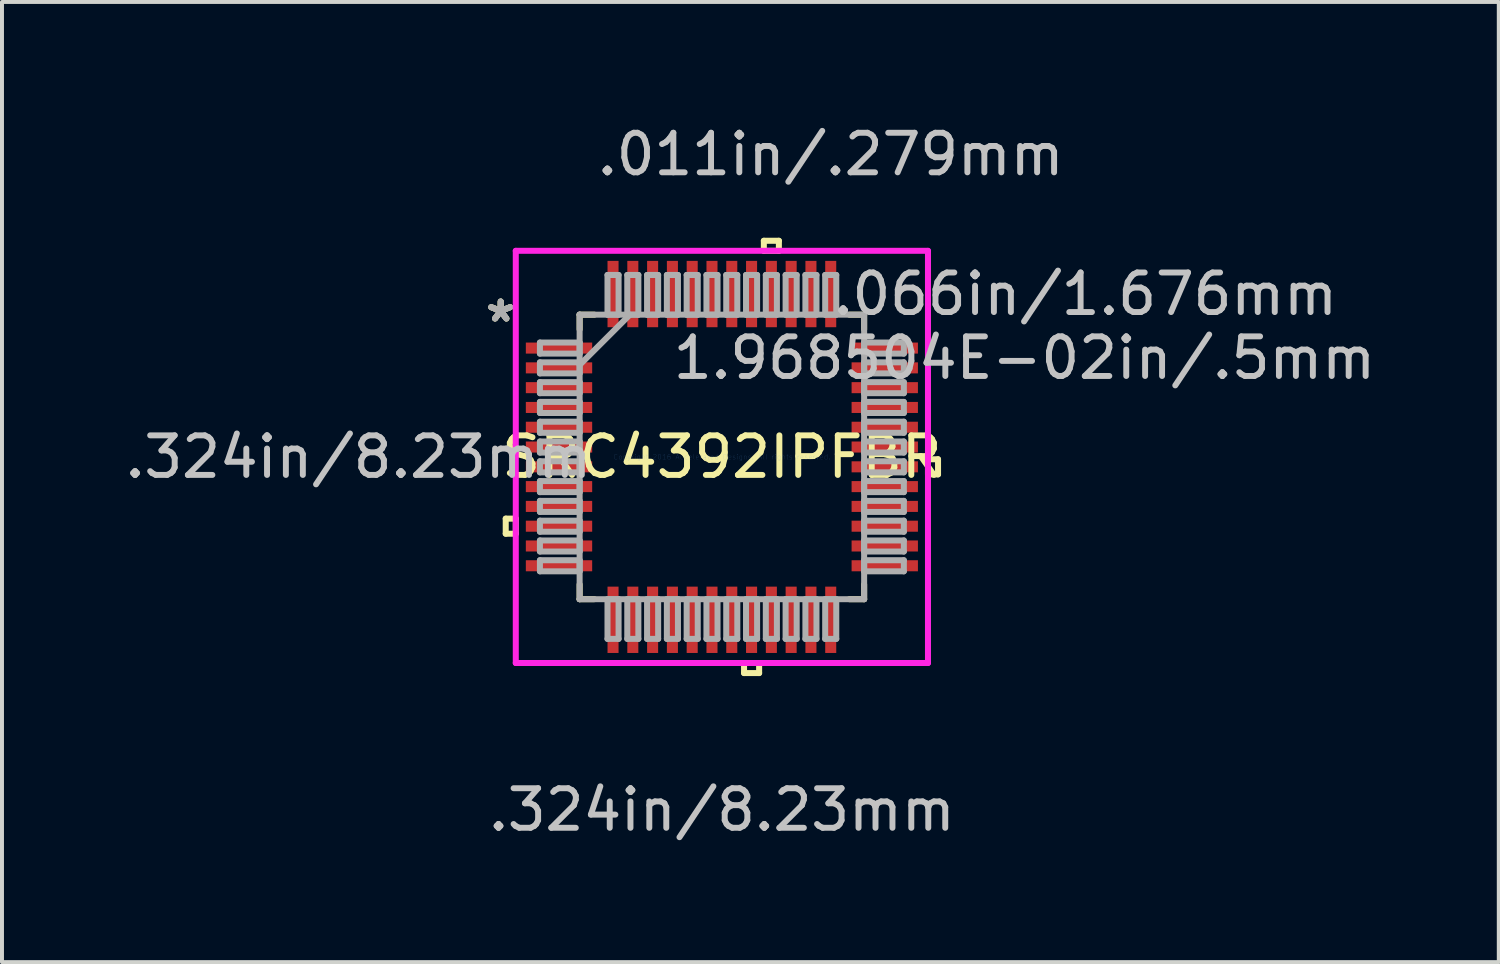
<source format=kicad_pcb>
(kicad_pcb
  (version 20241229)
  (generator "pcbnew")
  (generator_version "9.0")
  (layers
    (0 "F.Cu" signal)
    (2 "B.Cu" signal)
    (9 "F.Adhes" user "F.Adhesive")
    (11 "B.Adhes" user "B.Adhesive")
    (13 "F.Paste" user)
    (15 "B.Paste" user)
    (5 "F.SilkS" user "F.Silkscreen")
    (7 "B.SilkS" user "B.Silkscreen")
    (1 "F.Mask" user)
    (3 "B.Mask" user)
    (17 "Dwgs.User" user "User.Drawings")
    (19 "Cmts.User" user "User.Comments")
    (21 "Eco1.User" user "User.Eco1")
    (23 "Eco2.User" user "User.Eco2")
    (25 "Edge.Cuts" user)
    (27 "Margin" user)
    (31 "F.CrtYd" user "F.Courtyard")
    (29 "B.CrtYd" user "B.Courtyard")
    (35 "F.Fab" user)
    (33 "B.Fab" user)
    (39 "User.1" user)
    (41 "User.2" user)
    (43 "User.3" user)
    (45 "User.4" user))
  (footprint "SRC4392IPFBR"
    (layer "F.Cu")
    (at 15.188 8.494)
    (property "Reference" "SRC4392IPFBR" (at 0 0 0) (layer "F.SilkS") (effects (font (size 1 1) (thickness 0.15))))
    (attr through_hole)
    (fp_line (start -5.461 1.559) (end -5.461 1.94) (stroke (width 0.152) (type solid)) (layer "F.SilkS"))
    (fp_line (start -5.461 1.94) (end -5.207 1.94) (stroke (width 0.152) (type solid)) (layer "F.SilkS"))
    (fp_line (start -5.207 1.559) (end -5.461 1.559) (stroke (width 0.152) (type solid)) (layer "F.SilkS"))
    (fp_line (start -5.207 1.94) (end -5.207 1.559) (stroke (width 0.152) (type solid)) (layer "F.SilkS"))
    (fp_line (start -3.594 -3.594) (end -3.594 -3.222) (stroke (width 0.152) (type solid)) (layer "F.SilkS"))
    (fp_line (start -3.594 3.222) (end -3.594 3.594) (stroke (width 0.152) (type solid)) (layer "F.SilkS"))
    (fp_line (start -3.594 3.594) (end -3.222 3.594) (stroke (width 0.152) (type solid)) (layer "F.SilkS"))
    (fp_line (start -3.222 -3.594) (end -3.594 -3.594) (stroke (width 0.152) (type solid)) (layer "F.SilkS"))
    (fp_line (start 0.56 5.207) (end 0.56 5.461) (stroke (width 0.152) (type solid)) (layer "F.SilkS"))
    (fp_line (start 0.56 5.461) (end 0.941 5.461) (stroke (width 0.152) (type solid)) (layer "F.SilkS"))
    (fp_line (start 0.941 5.207) (end 0.56 5.207) (stroke (width 0.152) (type solid)) (layer "F.SilkS"))
    (fp_line (start 0.941 5.461) (end 0.941 5.207) (stroke (width 0.152) (type solid)) (layer "F.SilkS"))
    (fp_line (start 1.06 -5.461) (end 1.44 -5.461) (stroke (width 0.152) (type solid)) (layer "F.SilkS"))
    (fp_line (start 1.06 -5.207) (end 1.06 -5.461) (stroke (width 0.152) (type solid)) (layer "F.SilkS"))
    (fp_line (start 1.44 -5.461) (end 1.44 -5.207) (stroke (width 0.152) (type solid)) (layer "F.SilkS"))
    (fp_line (start 1.44 -5.207) (end 1.06 -5.207) (stroke (width 0.152) (type solid)) (layer "F.SilkS"))
    (fp_line (start 3.222 3.594) (end 3.594 3.594) (stroke (width 0.152) (type solid)) (layer "F.SilkS"))
    (fp_line (start 3.594 -3.594) (end 3.222 -3.594) (stroke (width 0.152) (type solid)) (layer "F.SilkS"))
    (fp_line (start 3.594 -3.222) (end 3.594 -3.594) (stroke (width 0.152) (type solid)) (layer "F.SilkS"))
    (fp_line (start 3.594 3.594) (end 3.594 3.222) (stroke (width 0.152) (type solid)) (layer "F.SilkS"))
    (fp_line (start 5.207 0.059) (end 5.461 0.059) (stroke (width 0.152) (type solid)) (layer "F.SilkS"))
    (fp_line (start 5.207 0.441) (end 5.207 0.059) (stroke (width 0.152) (type solid)) (layer "F.SilkS"))
    (fp_line (start 5.461 0.059) (end 5.461 0.441) (stroke (width 0.152) (type solid)) (layer "F.SilkS"))
    (fp_line (start 5.461 0.441) (end 5.207 0.441) (stroke (width 0.152) (type solid)) (layer "F.SilkS"))
    (fp_line (start -5.207 -5.207) (end 5.207 -5.207) (stroke (width 0.152) (type solid)) (layer "F.CrtYd"))
    (fp_line (start -5.207 5.207) (end -5.207 -5.207) (stroke (width 0.152) (type solid)) (layer "F.CrtYd"))
    (fp_line (start 5.207 -5.207) (end 5.207 5.207) (stroke (width 0.152) (type solid)) (layer "F.CrtYd"))
    (fp_line (start 5.207 5.207) (end -5.207 5.207) (stroke (width 0.152) (type solid)) (layer "F.CrtYd"))
    (fp_line (start -4.597 -2.89) (end -4.597 -2.61) (stroke (width 0.152) (type solid)) (layer "F.Fab"))
    (fp_line (start -4.597 -2.61) (end -3.594 -2.61) (stroke (width 0.152) (type solid)) (layer "F.Fab"))
    (fp_line (start -4.597 -2.39) (end -4.597 -2.11) (stroke (width 0.152) (type solid)) (layer "F.Fab"))
    (fp_line (start -4.597 -2.11) (end -3.594 -2.11) (stroke (width 0.152) (type solid)) (layer "F.Fab"))
    (fp_line (start -4.597 -1.89) (end -4.597 -1.61) (stroke (width 0.152) (type solid)) (layer "F.Fab"))
    (fp_line (start -4.597 -1.61) (end -3.594 -1.61) (stroke (width 0.152) (type solid)) (layer "F.Fab"))
    (fp_line (start -4.597 -1.39) (end -4.597 -1.11) (stroke (width 0.152) (type solid)) (layer "F.Fab"))
    (fp_line (start -4.597 -1.11) (end -3.594 -1.11) (stroke (width 0.152) (type solid)) (layer "F.Fab"))
    (fp_line (start -4.597 -0.89) (end -4.597 -0.61) (stroke (width 0.152) (type solid)) (layer "F.Fab"))
    (fp_line (start -4.597 -0.61) (end -3.594 -0.61) (stroke (width 0.152) (type solid)) (layer "F.Fab"))
    (fp_line (start -4.597 -0.39) (end -4.597 -0.11) (stroke (width 0.152) (type solid)) (layer "F.Fab"))
    (fp_line (start -4.597 -0.11) (end -3.594 -0.11) (stroke (width 0.152) (type solid)) (layer "F.Fab"))
    (fp_line (start -4.597 0.11) (end -4.597 0.39) (stroke (width 0.152) (type solid)) (layer "F.Fab"))
    (fp_line (start -4.597 0.39) (end -3.594 0.39) (stroke (width 0.152) (type solid)) (layer "F.Fab"))
    (fp_line (start -4.597 0.61) (end -4.597 0.89) (stroke (width 0.152) (type solid)) (layer "F.Fab"))
    (fp_line (start -4.597 0.89) (end -3.594 0.89) (stroke (width 0.152) (type solid)) (layer "F.Fab"))
    (fp_line (start -4.597 1.11) (end -4.597 1.39) (stroke (width 0.152) (type solid)) (layer "F.Fab"))
    (fp_line (start -4.597 1.39) (end -3.594 1.39) (stroke (width 0.152) (type solid)) (layer "F.Fab"))
    (fp_line (start -4.597 1.61) (end -4.597 1.89) (stroke (width 0.152) (type solid)) (layer "F.Fab"))
    (fp_line (start -4.597 1.89) (end -3.594 1.89) (stroke (width 0.152) (type solid)) (layer "F.Fab"))
    (fp_line (start -4.597 2.11) (end -4.597 2.39) (stroke (width 0.152) (type solid)) (layer "F.Fab"))
    (fp_line (start -4.597 2.39) (end -3.594 2.39) (stroke (width 0.152) (type solid)) (layer "F.Fab"))
    (fp_line (start -4.597 2.61) (end -4.597 2.89) (stroke (width 0.152) (type solid)) (layer "F.Fab"))
    (fp_line (start -4.597 2.89) (end -3.594 2.89) (stroke (width 0.152) (type solid)) (layer "F.Fab"))
    (fp_line (start -3.594 -3.594) (end -3.594 -3.594) (stroke (width 0.152) (type solid)) (layer "F.Fab"))
    (fp_line (start -3.594 -3.594) (end -3.594 3.594) (stroke (width 0.152) (type solid)) (layer "F.Fab"))
    (fp_line (start -3.594 -2.89) (end -4.597 -2.89) (stroke (width 0.152) (type solid)) (layer "F.Fab"))
    (fp_line (start -3.594 -2.61) (end -3.594 -2.89) (stroke (width 0.152) (type solid)) (layer "F.Fab"))
    (fp_line (start -3.594 -2.39) (end -4.597 -2.39) (stroke (width 0.152) (type solid)) (layer "F.Fab"))
    (fp_line (start -3.594 -2.324) (end -2.324 -3.594) (stroke (width 0.152) (type solid)) (layer "F.Fab"))
    (fp_line (start -3.594 -2.11) (end -3.594 -2.39) (stroke (width 0.152) (type solid)) (layer "F.Fab"))
    (fp_line (start -3.594 -1.89) (end -4.597 -1.89) (stroke (width 0.152) (type solid)) (layer "F.Fab"))
    (fp_line (start -3.594 -1.61) (end -3.594 -1.89) (stroke (width 0.152) (type solid)) (layer "F.Fab"))
    (fp_line (start -3.594 -1.39) (end -4.597 -1.39) (stroke (width 0.152) (type solid)) (layer "F.Fab"))
    (fp_line (start -3.594 -1.11) (end -3.594 -1.39) (stroke (width 0.152) (type solid)) (layer "F.Fab"))
    (fp_line (start -3.594 -0.89) (end -4.597 -0.89) (stroke (width 0.152) (type solid)) (layer "F.Fab"))
    (fp_line (start -3.594 -0.61) (end -3.594 -0.89) (stroke (width 0.152) (type solid)) (layer "F.Fab"))
    (fp_line (start -3.594 -0.39) (end -4.597 -0.39) (stroke (width 0.152) (type solid)) (layer "F.Fab"))
    (fp_line (start -3.594 -0.11) (end -3.594 -0.39) (stroke (width 0.152) (type solid)) (layer "F.Fab"))
    (fp_line (start -3.594 0.11) (end -4.597 0.11) (stroke (width 0.152) (type solid)) (layer "F.Fab"))
    (fp_line (start -3.594 0.39) (end -3.594 0.11) (stroke (width 0.152) (type solid)) (layer "F.Fab"))
    (fp_line (start -3.594 0.61) (end -4.597 0.61) (stroke (width 0.152) (type solid)) (layer "F.Fab"))
    (fp_line (start -3.594 0.89) (end -3.594 0.61) (stroke (width 0.152) (type solid)) (layer "F.Fab"))
    (fp_line (start -3.594 1.11) (end -4.597 1.11) (stroke (width 0.152) (type solid)) (layer "F.Fab"))
    (fp_line (start -3.594 1.39) (end -3.594 1.11) (stroke (width 0.152) (type solid)) (layer "F.Fab"))
    (fp_line (start -3.594 1.61) (end -4.597 1.61) (stroke (width 0.152) (type solid)) (layer "F.Fab"))
    (fp_line (start -3.594 1.89) (end -3.594 1.61) (stroke (width 0.152) (type solid)) (layer "F.Fab"))
    (fp_line (start -3.594 2.11) (end -4.597 2.11) (stroke (width 0.152) (type solid)) (layer "F.Fab"))
    (fp_line (start -3.594 2.39) (end -3.594 2.11) (stroke (width 0.152) (type solid)) (layer "F.Fab"))
    (fp_line (start -3.594 2.61) (end -4.597 2.61) (stroke (width 0.152) (type solid)) (layer "F.Fab"))
    (fp_line (start -3.594 2.89) (end -3.594 2.61) (stroke (width 0.152) (type solid)) (layer "F.Fab"))
    (fp_line (start -3.594 3.594) (end -3.594 3.594) (stroke (width 0.152) (type solid)) (layer "F.Fab"))
    (fp_line (start -3.594 3.594) (end 3.594 3.594) (stroke (width 0.152) (type solid)) (layer "F.Fab"))
    (fp_line (start -2.89 -4.597) (end -2.89 -3.594) (stroke (width 0.152) (type solid)) (layer "F.Fab"))
    (fp_line (start -2.89 -3.594) (end -2.61 -3.594) (stroke (width 0.152) (type solid)) (layer "F.Fab"))
    (fp_line (start -2.89 3.594) (end -2.89 4.597) (stroke (width 0.152) (type solid)) (layer "F.Fab"))
    (fp_line (start -2.89 4.597) (end -2.61 4.597) (stroke (width 0.152) (type solid)) (layer "F.Fab"))
    (fp_line (start -2.61 -4.597) (end -2.89 -4.597) (stroke (width 0.152) (type solid)) (layer "F.Fab"))
    (fp_line (start -2.61 -3.594) (end -2.61 -4.597) (stroke (width 0.152) (type solid)) (layer "F.Fab"))
    (fp_line (start -2.61 3.594) (end -2.89 3.594) (stroke (width 0.152) (type solid)) (layer "F.Fab"))
    (fp_line (start -2.61 4.597) (end -2.61 3.594) (stroke (width 0.152) (type solid)) (layer "F.Fab"))
    (fp_line (start -2.39 -4.597) (end -2.39 -3.594) (stroke (width 0.152) (type solid)) (layer "F.Fab"))
    (fp_line (start -2.39 -3.594) (end -2.11 -3.594) (stroke (width 0.152) (type solid)) (layer "F.Fab"))
    (fp_line (start -2.39 3.594) (end -2.39 4.597) (stroke (width 0.152) (type solid)) (layer "F.Fab"))
    (fp_line (start -2.39 4.597) (end -2.11 4.597) (stroke (width 0.152) (type solid)) (layer "F.Fab"))
    (fp_line (start -2.11 -4.597) (end -2.39 -4.597) (stroke (width 0.152) (type solid)) (layer "F.Fab"))
    (fp_line (start -2.11 -3.594) (end -2.11 -4.597) (stroke (width 0.152) (type solid)) (layer "F.Fab"))
    (fp_line (start -2.11 3.594) (end -2.39 3.594) (stroke (width 0.152) (type solid)) (layer "F.Fab"))
    (fp_line (start -2.11 4.597) (end -2.11 3.594) (stroke (width 0.152) (type solid)) (layer "F.Fab"))
    (fp_line (start -1.89 -4.597) (end -1.89 -3.594) (stroke (width 0.152) (type solid)) (layer "F.Fab"))
    (fp_line (start -1.89 -3.594) (end -1.61 -3.594) (stroke (width 0.152) (type solid)) (layer "F.Fab"))
    (fp_line (start -1.89 3.594) (end -1.89 4.597) (stroke (width 0.152) (type solid)) (layer "F.Fab"))
    (fp_line (start -1.89 4.597) (end -1.61 4.597) (stroke (width 0.152) (type solid)) (layer "F.Fab"))
    (fp_line (start -1.61 -4.597) (end -1.89 -4.597) (stroke (width 0.152) (type solid)) (layer "F.Fab"))
    (fp_line (start -1.61 -3.594) (end -1.61 -4.597) (stroke (width 0.152) (type solid)) (layer "F.Fab"))
    (fp_line (start -1.61 3.594) (end -1.89 3.594) (stroke (width 0.152) (type solid)) (layer "F.Fab"))
    (fp_line (start -1.61 4.597) (end -1.61 3.594) (stroke (width 0.152) (type solid)) (layer "F.Fab"))
    (fp_line (start -1.39 -4.597) (end -1.39 -3.594) (stroke (width 0.152) (type solid)) (layer "F.Fab"))
    (fp_line (start -1.39 -3.594) (end -1.11 -3.594) (stroke (width 0.152) (type solid)) (layer "F.Fab"))
    (fp_line (start -1.39 3.594) (end -1.39 4.597) (stroke (width 0.152) (type solid)) (layer "F.Fab"))
    (fp_line (start -1.39 4.597) (end -1.11 4.597) (stroke (width 0.152) (type solid)) (layer "F.Fab"))
    (fp_line (start -1.11 -4.597) (end -1.39 -4.597) (stroke (width 0.152) (type solid)) (layer "F.Fab"))
    (fp_line (start -1.11 -3.594) (end -1.11 -4.597) (stroke (width 0.152) (type solid)) (layer "F.Fab"))
    (fp_line (start -1.11 3.594) (end -1.39 3.594) (stroke (width 0.152) (type solid)) (layer "F.Fab"))
    (fp_line (start -1.11 4.597) (end -1.11 3.594) (stroke (width 0.152) (type solid)) (layer "F.Fab"))
    (fp_line (start -0.89 -4.597) (end -0.89 -3.594) (stroke (width 0.152) (type solid)) (layer "F.Fab"))
    (fp_line (start -0.89 -3.594) (end -0.61 -3.594) (stroke (width 0.152) (type solid)) (layer "F.Fab"))
    (fp_line (start -0.89 3.594) (end -0.89 4.597) (stroke (width 0.152) (type solid)) (layer "F.Fab"))
    (fp_line (start -0.89 4.597) (end -0.61 4.597) (stroke (width 0.152) (type solid)) (layer "F.Fab"))
    (fp_line (start -0.61 -4.597) (end -0.89 -4.597) (stroke (width 0.152) (type solid)) (layer "F.Fab"))
    (fp_line (start -0.61 -3.594) (end -0.61 -4.597) (stroke (width 0.152) (type solid)) (layer "F.Fab"))
    (fp_line (start -0.61 3.594) (end -0.89 3.594) (stroke (width 0.152) (type solid)) (layer "F.Fab"))
    (fp_line (start -0.61 4.597) (end -0.61 3.594) (stroke (width 0.152) (type solid)) (layer "F.Fab"))
    (fp_line (start -0.39 -4.597) (end -0.39 -3.594) (stroke (width 0.152) (type solid)) (layer "F.Fab"))
    (fp_line (start -0.39 -3.594) (end -0.11 -3.594) (stroke (width 0.152) (type solid)) (layer "F.Fab"))
    (fp_line (start -0.39 3.594) (end -0.39 4.597) (stroke (width 0.152) (type solid)) (layer "F.Fab"))
    (fp_line (start -0.39 4.597) (end -0.11 4.597) (stroke (width 0.152) (type solid)) (layer "F.Fab"))
    (fp_line (start -0.11 -4.597) (end -0.39 -4.597) (stroke (width 0.152) (type solid)) (layer "F.Fab"))
    (fp_line (start -0.11 -3.594) (end -0.11 -4.597) (stroke (width 0.152) (type solid)) (layer "F.Fab"))
    (fp_line (start -0.11 3.594) (end -0.39 3.594) (stroke (width 0.152) (type solid)) (layer "F.Fab"))
    (fp_line (start -0.11 4.597) (end -0.11 3.594) (stroke (width 0.152) (type solid)) (layer "F.Fab"))
    (fp_line (start 0.11 -4.597) (end 0.11 -3.594) (stroke (width 0.152) (type solid)) (layer "F.Fab"))
    (fp_line (start 0.11 -3.594) (end 0.39 -3.594) (stroke (width 0.152) (type solid)) (layer "F.Fab"))
    (fp_line (start 0.11 3.594) (end 0.11 4.597) (stroke (width 0.152) (type solid)) (layer "F.Fab"))
    (fp_line (start 0.11 4.597) (end 0.39 4.597) (stroke (width 0.152) (type solid)) (layer "F.Fab"))
    (fp_line (start 0.39 -4.597) (end 0.11 -4.597) (stroke (width 0.152) (type solid)) (layer "F.Fab"))
    (fp_line (start 0.39 -3.594) (end 0.39 -4.597) (stroke (width 0.152) (type solid)) (layer "F.Fab"))
    (fp_line (start 0.39 3.594) (end 0.11 3.594) (stroke (width 0.152) (type solid)) (layer "F.Fab"))
    (fp_line (start 0.39 4.597) (end 0.39 3.594) (stroke (width 0.152) (type solid)) (layer "F.Fab"))
    (fp_line (start 0.61 -4.597) (end 0.61 -3.594) (stroke (width 0.152) (type solid)) (layer "F.Fab"))
    (fp_line (start 0.61 -3.594) (end 0.89 -3.594) (stroke (width 0.152) (type solid)) (layer "F.Fab"))
    (fp_line (start 0.61 3.594) (end 0.61 4.597) (stroke (width 0.152) (type solid)) (layer "F.Fab"))
    (fp_line (start 0.61 4.597) (end 0.89 4.597) (stroke (width 0.152) (type solid)) (layer "F.Fab"))
    (fp_line (start 0.89 -4.597) (end 0.61 -4.597) (stroke (width 0.152) (type solid)) (layer "F.Fab"))
    (fp_line (start 0.89 -3.594) (end 0.89 -4.597) (stroke (width 0.152) (type solid)) (layer "F.Fab"))
    (fp_line (start 0.89 3.594) (end 0.61 3.594) (stroke (width 0.152) (type solid)) (layer "F.Fab"))
    (fp_line (start 0.89 4.597) (end 0.89 3.594) (stroke (width 0.152) (type solid)) (layer "F.Fab"))
    (fp_line (start 1.11 -4.597) (end 1.11 -3.594) (stroke (width 0.152) (type solid)) (layer "F.Fab"))
    (fp_line (start 1.11 -3.594) (end 1.39 -3.594) (stroke (width 0.152) (type solid)) (layer "F.Fab"))
    (fp_line (start 1.11 3.594) (end 1.11 4.597) (stroke (width 0.152) (type solid)) (layer "F.Fab"))
    (fp_line (start 1.11 4.597) (end 1.39 4.597) (stroke (width 0.152) (type solid)) (layer "F.Fab"))
    (fp_line (start 1.39 -4.597) (end 1.11 -4.597) (stroke (width 0.152) (type solid)) (layer "F.Fab"))
    (fp_line (start 1.39 -3.594) (end 1.39 -4.597) (stroke (width 0.152) (type solid)) (layer "F.Fab"))
    (fp_line (start 1.39 3.594) (end 1.11 3.594) (stroke (width 0.152) (type solid)) (layer "F.Fab"))
    (fp_line (start 1.39 4.597) (end 1.39 3.594) (stroke (width 0.152) (type solid)) (layer "F.Fab"))
    (fp_line (start 1.61 -4.597) (end 1.61 -3.594) (stroke (width 0.152) (type solid)) (layer "F.Fab"))
    (fp_line (start 1.61 -3.594) (end 1.89 -3.594) (stroke (width 0.152) (type solid)) (layer "F.Fab"))
    (fp_line (start 1.61 3.594) (end 1.61 4.597) (stroke (width 0.152) (type solid)) (layer "F.Fab"))
    (fp_line (start 1.61 4.597) (end 1.89 4.597) (stroke (width 0.152) (type solid)) (layer "F.Fab"))
    (fp_line (start 1.89 -4.597) (end 1.61 -4.597) (stroke (width 0.152) (type solid)) (layer "F.Fab"))
    (fp_line (start 1.89 -3.594) (end 1.89 -4.597) (stroke (width 0.152) (type solid)) (layer "F.Fab"))
    (fp_line (start 1.89 3.594) (end 1.61 3.594) (stroke (width 0.152) (type solid)) (layer "F.Fab"))
    (fp_line (start 1.89 4.597) (end 1.89 3.594) (stroke (width 0.152) (type solid)) (layer "F.Fab"))
    (fp_line (start 2.11 -4.597) (end 2.11 -3.594) (stroke (width 0.152) (type solid)) (layer "F.Fab"))
    (fp_line (start 2.11 -3.594) (end 2.39 -3.594) (stroke (width 0.152) (type solid)) (layer "F.Fab"))
    (fp_line (start 2.11 3.594) (end 2.11 4.597) (stroke (width 0.152) (type solid)) (layer "F.Fab"))
    (fp_line (start 2.11 4.597) (end 2.39 4.597) (stroke (width 0.152) (type solid)) (layer "F.Fab"))
    (fp_line (start 2.39 -4.597) (end 2.11 -4.597) (stroke (width 0.152) (type solid)) (layer "F.Fab"))
    (fp_line (start 2.39 -3.594) (end 2.39 -4.597) (stroke (width 0.152) (type solid)) (layer "F.Fab"))
    (fp_line (start 2.39 3.594) (end 2.11 3.594) (stroke (width 0.152) (type solid)) (layer "F.Fab"))
    (fp_line (start 2.39 4.597) (end 2.39 3.594) (stroke (width 0.152) (type solid)) (layer "F.Fab"))
    (fp_line (start 2.61 -4.597) (end 2.61 -3.594) (stroke (width 0.152) (type solid)) (layer "F.Fab"))
    (fp_line (start 2.61 -3.594) (end 2.89 -3.594) (stroke (width 0.152) (type solid)) (layer "F.Fab"))
    (fp_line (start 2.61 3.594) (end 2.61 4.597) (stroke (width 0.152) (type solid)) (layer "F.Fab"))
    (fp_line (start 2.61 4.597) (end 2.89 4.597) (stroke (width 0.152) (type solid)) (layer "F.Fab"))
    (fp_line (start 2.89 -4.597) (end 2.61 -4.597) (stroke (width 0.152) (type solid)) (layer "F.Fab"))
    (fp_line (start 2.89 -3.594) (end 2.89 -4.597) (stroke (width 0.152) (type solid)) (layer "F.Fab"))
    (fp_line (start 2.89 3.594) (end 2.61 3.594) (stroke (width 0.152) (type solid)) (layer "F.Fab"))
    (fp_line (start 2.89 4.597) (end 2.89 3.594) (stroke (width 0.152) (type solid)) (layer "F.Fab"))
    (fp_line (start 3.594 -3.594) (end -3.594 -3.594) (stroke (width 0.152) (type solid)) (layer "F.Fab"))
    (fp_line (start 3.594 -3.594) (end 3.594 -3.594) (stroke (width 0.152) (type solid)) (layer "F.Fab"))
    (fp_line (start 3.594 -2.89) (end 3.594 -2.61) (stroke (width 0.152) (type solid)) (layer "F.Fab"))
    (fp_line (start 3.594 -2.61) (end 4.597 -2.61) (stroke (width 0.152) (type solid)) (layer "F.Fab"))
    (fp_line (start 3.594 -2.39) (end 3.594 -2.11) (stroke (width 0.152) (type solid)) (layer "F.Fab"))
    (fp_line (start 3.594 -2.11) (end 4.597 -2.11) (stroke (width 0.152) (type solid)) (layer "F.Fab"))
    (fp_line (start 3.594 -1.89) (end 3.594 -1.61) (stroke (width 0.152) (type solid)) (layer "F.Fab"))
    (fp_line (start 3.594 -1.61) (end 4.597 -1.61) (stroke (width 0.152) (type solid)) (layer "F.Fab"))
    (fp_line (start 3.594 -1.39) (end 3.594 -1.11) (stroke (width 0.152) (type solid)) (layer "F.Fab"))
    (fp_line (start 3.594 -1.11) (end 4.597 -1.11) (stroke (width 0.152) (type solid)) (layer "F.Fab"))
    (fp_line (start 3.594 -0.89) (end 3.594 -0.61) (stroke (width 0.152) (type solid)) (layer "F.Fab"))
    (fp_line (start 3.594 -0.61) (end 4.597 -0.61) (stroke (width 0.152) (type solid)) (layer "F.Fab"))
    (fp_line (start 3.594 -0.39) (end 3.594 -0.11) (stroke (width 0.152) (type solid)) (layer "F.Fab"))
    (fp_line (start 3.594 -0.11) (end 4.597 -0.11) (stroke (width 0.152) (type solid)) (layer "F.Fab"))
    (fp_line (start 3.594 0.11) (end 3.594 0.39) (stroke (width 0.152) (type solid)) (layer "F.Fab"))
    (fp_line (start 3.594 0.39) (end 4.597 0.39) (stroke (width 0.152) (type solid)) (layer "F.Fab"))
    (fp_line (start 3.594 0.61) (end 3.594 0.89) (stroke (width 0.152) (type solid)) (layer "F.Fab"))
    (fp_line (start 3.594 0.89) (end 4.597 0.89) (stroke (width 0.152) (type solid)) (layer "F.Fab"))
    (fp_line (start 3.594 1.11) (end 3.594 1.39) (stroke (width 0.152) (type solid)) (layer "F.Fab"))
    (fp_line (start 3.594 1.39) (end 4.597 1.39) (stroke (width 0.152) (type solid)) (layer "F.Fab"))
    (fp_line (start 3.594 1.61) (end 3.594 1.89) (stroke (width 0.152) (type solid)) (layer "F.Fab"))
    (fp_line (start 3.594 1.89) (end 4.597 1.89) (stroke (width 0.152) (type solid)) (layer "F.Fab"))
    (fp_line (start 3.594 2.11) (end 3.594 2.39) (stroke (width 0.152) (type solid)) (layer "F.Fab"))
    (fp_line (start 3.594 2.39) (end 4.597 2.39) (stroke (width 0.152) (type solid)) (layer "F.Fab"))
    (fp_line (start 3.594 2.61) (end 3.594 2.89) (stroke (width 0.152) (type solid)) (layer "F.Fab"))
    (fp_line (start 3.594 2.89) (end 4.597 2.89) (stroke (width 0.152) (type solid)) (layer "F.Fab"))
    (fp_line (start 3.594 3.594) (end 3.594 -3.594) (stroke (width 0.152) (type solid)) (layer "F.Fab"))
    (fp_line (start 3.594 3.594) (end 3.594 3.594) (stroke (width 0.152) (type solid)) (layer "F.Fab"))
    (fp_line (start 4.597 -2.89) (end 3.594 -2.89) (stroke (width 0.152) (type solid)) (layer "F.Fab"))
    (fp_line (start 4.597 -2.61) (end 4.597 -2.89) (stroke (width 0.152) (type solid)) (layer "F.Fab"))
    (fp_line (start 4.597 -2.39) (end 3.594 -2.39) (stroke (width 0.152) (type solid)) (layer "F.Fab"))
    (fp_line (start 4.597 -2.11) (end 4.597 -2.39) (stroke (width 0.152) (type solid)) (layer "F.Fab"))
    (fp_line (start 4.597 -1.89) (end 3.594 -1.89) (stroke (width 0.152) (type solid)) (layer "F.Fab"))
    (fp_line (start 4.597 -1.61) (end 4.597 -1.89) (stroke (width 0.152) (type solid)) (layer "F.Fab"))
    (fp_line (start 4.597 -1.39) (end 3.594 -1.39) (stroke (width 0.152) (type solid)) (layer "F.Fab"))
    (fp_line (start 4.597 -1.11) (end 4.597 -1.39) (stroke (width 0.152) (type solid)) (layer "F.Fab"))
    (fp_line (start 4.597 -0.89) (end 3.594 -0.89) (stroke (width 0.152) (type solid)) (layer "F.Fab"))
    (fp_line (start 4.597 -0.61) (end 4.597 -0.89) (stroke (width 0.152) (type solid)) (layer "F.Fab"))
    (fp_line (start 4.597 -0.39) (end 3.594 -0.39) (stroke (width 0.152) (type solid)) (layer "F.Fab"))
    (fp_line (start 4.597 -0.11) (end 4.597 -0.39) (stroke (width 0.152) (type solid)) (layer "F.Fab"))
    (fp_line (start 4.597 0.11) (end 3.594 0.11) (stroke (width 0.152) (type solid)) (layer "F.Fab"))
    (fp_line (start 4.597 0.39) (end 4.597 0.11) (stroke (width 0.152) (type solid)) (layer "F.Fab"))
    (fp_line (start 4.597 0.61) (end 3.594 0.61) (stroke (width 0.152) (type solid)) (layer "F.Fab"))
    (fp_line (start 4.597 0.89) (end 4.597 0.61) (stroke (width 0.152) (type solid)) (layer "F.Fab"))
    (fp_line (start 4.597 1.11) (end 3.594 1.11) (stroke (width 0.152) (type solid)) (layer "F.Fab"))
    (fp_line (start 4.597 1.39) (end 4.597 1.11) (stroke (width 0.152) (type solid)) (layer "F.Fab"))
    (fp_line (start 4.597 1.61) (end 3.594 1.61) (stroke (width 0.152) (type solid)) (layer "F.Fab"))
    (fp_line (start 4.597 1.89) (end 4.597 1.61) (stroke (width 0.152) (type solid)) (layer "F.Fab"))
    (fp_line (start 4.597 2.11) (end 3.594 2.11) (stroke (width 0.152) (type solid)) (layer "F.Fab"))
    (fp_line (start 4.597 2.39) (end 4.597 2.11) (stroke (width 0.152) (type solid)) (layer "F.Fab"))
    (fp_line (start 4.597 2.61) (end 3.594 2.61) (stroke (width 0.152) (type solid)) (layer "F.Fab"))
    (fp_line (start 4.597 2.89) (end 4.597 2.61) (stroke (width 0.152) (type solid)) (layer "F.Fab"))
    (fp_text user "*" (at -5.588 -3.381 0) (layer "F.SilkS") (effects (font (size 1 1) (thickness 0.15))))
    (fp_text user "*" (at -5.588 -3.381 0) (layer "F.SilkS") (effects (font (size 1 1) (thickness 0.15))))
    (fp_text user "1.968504E-02in/.5mm" (at 7.645 -2.5 0) (layer "Dwgs.User") (effects (font (size 1 1) (thickness 0.15))))
    (fp_text user ".324in/8.23mm" (at -9.182 0 0) (layer "Dwgs.User") (effects (font (size 1 1) (thickness 0.15))))
    (fp_text user ".324in/8.23mm" (at 0 8.915 0) (layer "Dwgs.User") (effects (font (size 1 1) (thickness 0.15))))
    (fp_text user ".011in/.279mm" (at 2.75 -7.645 0) (layer "Dwgs.User") (effects (font (size 1 1) (thickness 0.15))))
    (fp_text user ".066in/1.676mm" (at 9.182 -4.115 0) (layer "Dwgs.User") (effects (font (size 1 1) (thickness 0.15))))
    (fp_text user "Copyright 2016 Accelerated Designs. All rights reserved." (at 0 0 0) (layer "Cmts.User") (effects (font (size 0.127 0.127) (thickness 0.002))))
    (fp_text user "*" (at -5.588 -3.381 0) (layer "F.Fab") (effects (font (size 1 1) (thickness 0.15))))
    (fp_text user "*" (at -5.588 -3.381 0) (layer "F.Fab") (effects (font (size 1 1) (thickness 0.15))))
    (pad "1" smd rect (at -4.115 -2.75 90) (size 0.279 1.676) (layers "F.Cu" "F.Mask" "F.Paste"))
    (pad "2" smd rect (at -4.115 -2.25 90) (size 0.279 1.676) (layers "F.Cu" "F.Mask" "F.Paste"))
    (pad "3" smd rect (at -4.115 -1.75 90) (size 0.279 1.676) (layers "F.Cu" "F.Mask" "F.Paste"))
    (pad "4" smd rect (at -4.115 -1.25 90) (size 0.279 1.676) (layers "F.Cu" "F.Mask" "F.Paste"))
    (pad "5" smd rect (at -4.115 -0.75 90) (size 0.279 1.676) (layers "F.Cu" "F.Mask" "F.Paste"))
    (pad "6" smd rect (at -4.115 -0.25 90) (size 0.279 1.676) (layers "F.Cu" "F.Mask" "F.Paste"))
    (pad "7" smd rect (at -4.115 0.25 90) (size 0.279 1.676) (layers "F.Cu" "F.Mask" "F.Paste"))
    (pad "8" smd rect (at -4.115 0.75 90) (size 0.279 1.676) (layers "F.Cu" "F.Mask" "F.Paste"))
    (pad "9" smd rect (at -4.115 1.25 90) (size 0.279 1.676) (layers "F.Cu" "F.Mask" "F.Paste"))
    (pad "10" smd rect (at -4.115 1.75 90) (size 0.279 1.676) (layers "F.Cu" "F.Mask" "F.Paste"))
    (pad "11" smd rect (at -4.115 2.25 90) (size 0.279 1.676) (layers "F.Cu" "F.Mask" "F.Paste"))
    (pad "12" smd rect (at -4.115 2.75 90) (size 0.279 1.676) (layers "F.Cu" "F.Mask" "F.Paste"))
    (pad "13" smd rect (at -2.75 4.115) (size 0.279 1.676) (layers "F.Cu" "F.Mask" "F.Paste"))
    (pad "14" smd rect (at -2.25 4.115) (size 0.279 1.676) (layers "F.Cu" "F.Mask" "F.Paste"))
    (pad "15" smd rect (at -1.75 4.115) (size 0.279 1.676) (layers "F.Cu" "F.Mask" "F.Paste"))
    (pad "16" smd rect (at -1.25 4.115) (size 0.279 1.676) (layers "F.Cu" "F.Mask" "F.Paste"))
    (pad "17" smd rect (at -0.75 4.115) (size 0.279 1.676) (layers "F.Cu" "F.Mask" "F.Paste"))
    (pad "18" smd rect (at -0.25 4.115) (size 0.279 1.676) (layers "F.Cu" "F.Mask" "F.Paste"))
    (pad "19" smd rect (at 0.25 4.115) (size 0.279 1.676) (layers "F.Cu" "F.Mask" "F.Paste"))
    (pad "20" smd rect (at 0.75 4.115) (size 0.279 1.676) (layers "F.Cu" "F.Mask" "F.Paste"))
    (pad "21" smd rect (at 1.25 4.115) (size 0.279 1.676) (layers "F.Cu" "F.Mask" "F.Paste"))
    (pad "22" smd rect (at 1.75 4.115) (size 0.279 1.676) (layers "F.Cu" "F.Mask" "F.Paste"))
    (pad "23" smd rect (at 2.25 4.115) (size 0.279 1.676) (layers "F.Cu" "F.Mask" "F.Paste"))
    (pad "24" smd rect (at 2.75 4.115) (size 0.279 1.676) (layers "F.Cu" "F.Mask" "F.Paste"))
    (pad "25" smd rect (at 4.115 2.75 90) (size 0.279 1.676) (layers "F.Cu" "F.Mask" "F.Paste"))
    (pad "26" smd rect (at 4.115 2.25 90) (size 0.279 1.676) (layers "F.Cu" "F.Mask" "F.Paste"))
    (pad "27" smd rect (at 4.115 1.75 90) (size 0.279 1.676) (layers "F.Cu" "F.Mask" "F.Paste"))
    (pad "28" smd rect (at 4.115 1.25 90) (size 0.279 1.676) (layers "F.Cu" "F.Mask" "F.Paste"))
    (pad "29" smd rect (at 4.115 0.75 90) (size 0.279 1.676) (layers "F.Cu" "F.Mask" "F.Paste"))
    (pad "30" smd rect (at 4.115 0.25 90) (size 0.279 1.676) (layers "F.Cu" "F.Mask" "F.Paste"))
    (pad "31" smd rect (at 4.115 -0.25 90) (size 0.279 1.676) (layers "F.Cu" "F.Mask" "F.Paste"))
    (pad "32" smd rect (at 4.115 -0.75 90) (size 0.279 1.676) (layers "F.Cu" "F.Mask" "F.Paste"))
    (pad "33" smd rect (at 4.115 -1.25 90) (size 0.279 1.676) (layers "F.Cu" "F.Mask" "F.Paste"))
    (pad "34" smd rect (at 4.115 -1.75 90) (size 0.279 1.676) (layers "F.Cu" "F.Mask" "F.Paste"))
    (pad "35" smd rect (at 4.115 -2.25 90) (size 0.279 1.676) (layers "F.Cu" "F.Mask" "F.Paste"))
    (pad "36" smd rect (at 4.115 -2.75 90) (size 0.279 1.676) (layers "F.Cu" "F.Mask" "F.Paste"))
    (pad "37" smd rect (at 2.75 -4.115) (size 0.279 1.676) (layers "F.Cu" "F.Mask" "F.Paste"))
    (pad "38" smd rect (at 2.25 -4.115) (size 0.279 1.676) (layers "F.Cu" "F.Mask" "F.Paste"))
    (pad "39" smd rect (at 1.75 -4.115) (size 0.279 1.676) (layers "F.Cu" "F.Mask" "F.Paste"))
    (pad "40" smd rect (at 1.25 -4.115) (size 0.279 1.676) (layers "F.Cu" "F.Mask" "F.Paste"))
    (pad "41" smd rect (at 0.75 -4.115) (size 0.279 1.676) (layers "F.Cu" "F.Mask" "F.Paste"))
    (pad "42" smd rect (at 0.25 -4.115) (size 0.279 1.676) (layers "F.Cu" "F.Mask" "F.Paste"))
    (pad "43" smd rect (at -0.25 -4.115) (size 0.279 1.676) (layers "F.Cu" "F.Mask" "F.Paste"))
    (pad "44" smd rect (at -0.75 -4.115) (size 0.279 1.676) (layers "F.Cu" "F.Mask" "F.Paste"))
    (pad "45" smd rect (at -1.25 -4.115) (size 0.279 1.676) (layers "F.Cu" "F.Mask" "F.Paste"))
    (pad "46" smd rect (at -1.75 -4.115) (size 0.279 1.676) (layers "F.Cu" "F.Mask" "F.Paste"))
    (pad "47" smd rect (at -2.25 -4.115) (size 0.279 1.676) (layers "F.Cu" "F.Mask" "F.Paste"))
    (pad "48" smd rect (at -2.75 -4.115) (size 0.279 1.676) (layers "F.Cu" "F.Mask" "F.Paste")))
  (gr_rect
    (start -3 -3)
    (end 34.816 21.257)
    (stroke (width 0.1) (type default))
    (fill no)
    (layer "Edge.Cuts")))
</source>
